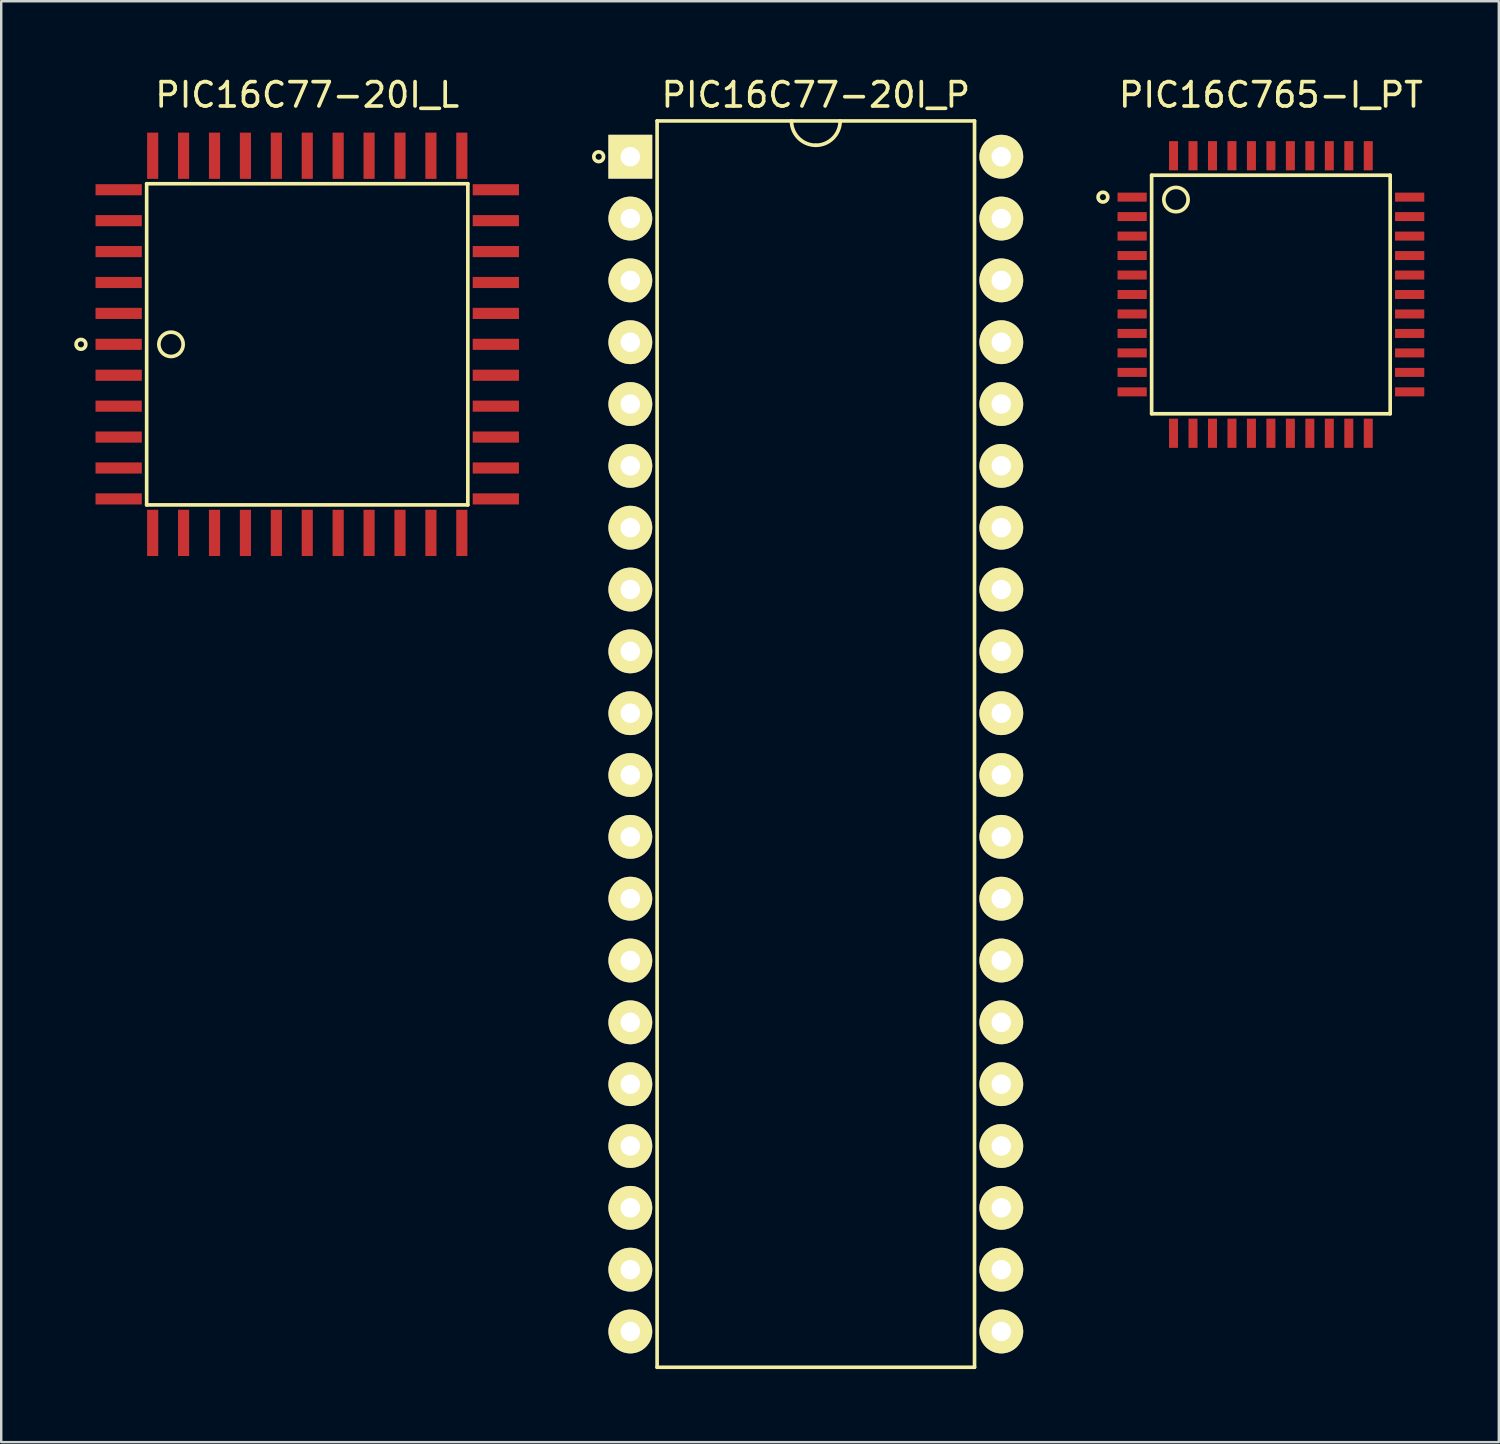
<source format=kicad_pcb>
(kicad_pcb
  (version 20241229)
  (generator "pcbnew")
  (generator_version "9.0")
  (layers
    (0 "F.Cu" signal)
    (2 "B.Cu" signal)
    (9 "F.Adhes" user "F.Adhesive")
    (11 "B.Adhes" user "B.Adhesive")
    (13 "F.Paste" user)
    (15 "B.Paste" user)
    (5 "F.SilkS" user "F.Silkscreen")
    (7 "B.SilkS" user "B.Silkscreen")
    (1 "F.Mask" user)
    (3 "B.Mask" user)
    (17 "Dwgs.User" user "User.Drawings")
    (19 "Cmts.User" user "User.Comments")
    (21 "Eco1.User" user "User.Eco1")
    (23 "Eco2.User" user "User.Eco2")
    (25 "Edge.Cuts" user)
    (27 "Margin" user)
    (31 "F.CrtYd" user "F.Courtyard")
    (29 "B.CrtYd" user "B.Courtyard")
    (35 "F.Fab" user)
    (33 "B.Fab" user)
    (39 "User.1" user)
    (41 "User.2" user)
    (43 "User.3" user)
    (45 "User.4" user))
  (footprint "PIC16C77-20I_L"
    (layer "F.Cu")
    (at 1.825 3.348)
    (property "Reference" "PIC16C77-20I_L" (at 7.747 -2.5 0) (layer "F.SilkS") (effects (font (size 1 1) (thickness 0.15))))
    (attr through_hole)
    (fp_line (start 1.15 1.15) (end 1.15 14.344) (stroke (width 0.15) (type solid)) (layer "F.SilkS"))
    (fp_line (start 1.15 1.15) (end 14.344 1.15) (stroke (width 0.15) (type solid)) (layer "F.SilkS"))
    (fp_line (start 1.15 14.344) (end 14.344 14.344) (stroke (width 0.15) (type solid)) (layer "F.SilkS"))
    (fp_line (start 14.344 14.344) (end 14.344 1.15) (stroke (width 0.15) (type solid)) (layer "F.SilkS"))
    (fp_circle (center -1.55 7.747) (end -1.55 7.547) (stroke (width 0.15) (type solid)) (fill no) (layer "F.SilkS"))
    (fp_circle (center 2.15 7.747) (end 2.15 7.247) (stroke (width 0.15) (type solid)) (fill no) (layer "F.SilkS"))
    (pad "1" smd rect (at 0 7.747) (size 1.9 0.457) (layers "F.Cu" "F.Mask" "F.Paste"))
    (pad "2" smd rect (at 0 9.017) (size 1.9 0.457) (layers "F.Cu" "F.Mask" "F.Paste"))
    (pad "3" smd rect (at 0 10.287) (size 1.9 0.457) (layers "F.Cu" "F.Mask" "F.Paste"))
    (pad "4" smd rect (at 0 11.557) (size 1.9 0.457) (layers "F.Cu" "F.Mask" "F.Paste"))
    (pad "5" smd rect (at 0 12.827) (size 1.9 0.457) (layers "F.Cu" "F.Mask" "F.Paste"))
    (pad "6" smd rect (at 0 14.097) (size 1.9 0.457) (layers "F.Cu" "F.Mask" "F.Paste"))
    (pad "7" smd rect (at 1.397 15.494) (size 0.457 1.9) (layers "F.Cu" "F.Mask" "F.Paste"))
    (pad "8" smd rect (at 2.667 15.494) (size 0.457 1.9) (layers "F.Cu" "F.Mask" "F.Paste"))
    (pad "9" smd rect (at 3.937 15.494) (size 0.457 1.9) (layers "F.Cu" "F.Mask" "F.Paste"))
    (pad "10" smd rect (at 5.207 15.494) (size 0.457 1.9) (layers "F.Cu" "F.Mask" "F.Paste"))
    (pad "11" smd rect (at 6.477 15.494) (size 0.457 1.9) (layers "F.Cu" "F.Mask" "F.Paste"))
    (pad "12" smd rect (at 7.747 15.494) (size 0.457 1.9) (layers "F.Cu" "F.Mask" "F.Paste"))
    (pad "13" smd rect (at 9.017 15.494) (size 0.457 1.9) (layers "F.Cu" "F.Mask" "F.Paste"))
    (pad "14" smd rect (at 10.287 15.494) (size 0.457 1.9) (layers "F.Cu" "F.Mask" "F.Paste"))
    (pad "15" smd rect (at 11.557 15.494) (size 0.457 1.9) (layers "F.Cu" "F.Mask" "F.Paste"))
    (pad "16" smd rect (at 12.827 15.494) (size 0.457 1.9) (layers "F.Cu" "F.Mask" "F.Paste"))
    (pad "17" smd rect (at 14.097 15.494) (size 0.457 1.9) (layers "F.Cu" "F.Mask" "F.Paste"))
    (pad "18" smd rect (at 15.494 14.097) (size 1.9 0.457) (layers "F.Cu" "F.Mask" "F.Paste"))
    (pad "19" smd rect (at 15.494 12.827) (size 1.9 0.457) (layers "F.Cu" "F.Mask" "F.Paste"))
    (pad "20" smd rect (at 15.494 11.557) (size 1.9 0.457) (layers "F.Cu" "F.Mask" "F.Paste"))
    (pad "21" smd rect (at 15.494 10.287) (size 1.9 0.457) (layers "F.Cu" "F.Mask" "F.Paste"))
    (pad "22" smd rect (at 15.494 9.017) (size 1.9 0.457) (layers "F.Cu" "F.Mask" "F.Paste"))
    (pad "23" smd rect (at 15.494 7.747) (size 1.9 0.457) (layers "F.Cu" "F.Mask" "F.Paste"))
    (pad "24" smd rect (at 15.494 6.477) (size 1.9 0.457) (layers "F.Cu" "F.Mask" "F.Paste"))
    (pad "25" smd rect (at 15.494 5.207) (size 1.9 0.457) (layers "F.Cu" "F.Mask" "F.Paste"))
    (pad "26" smd rect (at 15.494 3.937) (size 1.9 0.457) (layers "F.Cu" "F.Mask" "F.Paste"))
    (pad "27" smd rect (at 15.494 2.667) (size 1.9 0.457) (layers "F.Cu" "F.Mask" "F.Paste"))
    (pad "28" smd rect (at 15.494 1.397) (size 1.9 0.457) (layers "F.Cu" "F.Mask" "F.Paste"))
    (pad "29" smd rect (at 14.097 0) (size 0.457 1.9) (layers "F.Cu" "F.Mask" "F.Paste"))
    (pad "30" smd rect (at 12.827 0) (size 0.457 1.9) (layers "F.Cu" "F.Mask" "F.Paste"))
    (pad "31" smd rect (at 11.557 0) (size 0.457 1.9) (layers "F.Cu" "F.Mask" "F.Paste"))
    (pad "32" smd rect (at 10.287 0) (size 0.457 1.9) (layers "F.Cu" "F.Mask" "F.Paste"))
    (pad "33" smd rect (at 9.017 0) (size 0.457 1.9) (layers "F.Cu" "F.Mask" "F.Paste"))
    (pad "34" smd rect (at 7.747 0) (size 0.457 1.9) (layers "F.Cu" "F.Mask" "F.Paste"))
    (pad "35" smd rect (at 6.477 0) (size 0.457 1.9) (layers "F.Cu" "F.Mask" "F.Paste"))
    (pad "36" smd rect (at 5.207 0) (size 0.457 1.9) (layers "F.Cu" "F.Mask" "F.Paste"))
    (pad "37" smd rect (at 3.937 0) (size 0.457 1.9) (layers "F.Cu" "F.Mask" "F.Paste"))
    (pad "38" smd rect (at 2.667 0) (size 0.457 1.9) (layers "F.Cu" "F.Mask" "F.Paste"))
    (pad "39" smd rect (at 1.397 0) (size 0.457 1.9) (layers "F.Cu" "F.Mask" "F.Paste"))
    (pad "40" smd rect (at 0 1.397) (size 1.9 0.457) (layers "F.Cu" "F.Mask" "F.Paste"))
    (pad "41" smd rect (at 0 2.667) (size 1.9 0.457) (layers "F.Cu" "F.Mask" "F.Paste"))
    (pad "42" smd rect (at 0 3.937) (size 1.9 0.457) (layers "F.Cu" "F.Mask" "F.Paste"))
    (pad "43" smd rect (at 0 5.207) (size 1.9 0.457) (layers "F.Cu" "F.Mask" "F.Paste"))
    (pad "44" smd rect (at 0 6.477) (size 1.9 0.457) (layers "F.Cu" "F.Mask" "F.Paste")))
  (footprint "PIC16C765-I_PT"
    (layer "F.Cu")
    (at 43.459 3.348)
    (property "Reference" "PIC16C765-I_PT" (at 5.7 -2.5 0) (layer "F.SilkS") (effects (font (size 1 1) (thickness 0.15))))
    (attr through_hole)
    (fp_line (start 0.8 0.8) (end 0.8 10.6) (stroke (width 0.15) (type solid)) (layer "F.SilkS"))
    (fp_line (start 0.8 0.8) (end 10.6 0.8) (stroke (width 0.15) (type solid)) (layer "F.SilkS"))
    (fp_line (start 0.8 10.6) (end 10.6 10.6) (stroke (width 0.15) (type solid)) (layer "F.SilkS"))
    (fp_line (start 10.6 10.6) (end 10.6 0.8) (stroke (width 0.15) (type solid)) (layer "F.SilkS"))
    (fp_circle (center -1.2 1.7) (end -1.2 1.5) (stroke (width 0.15) (type solid)) (fill no) (layer "F.SilkS"))
    (fp_circle (center 1.8 1.8) (end 1.8 1.3) (stroke (width 0.15) (type solid)) (fill no) (layer "F.SilkS"))
    (pad "1" smd rect (at 0 1.7) (size 1.2 0.37) (layers "F.Cu" "F.Mask" "F.Paste"))
    (pad "2" smd rect (at 0 2.5) (size 1.2 0.37) (layers "F.Cu" "F.Mask" "F.Paste"))
    (pad "3" smd rect (at 0 3.3) (size 1.2 0.37) (layers "F.Cu" "F.Mask" "F.Paste"))
    (pad "4" smd rect (at 0 4.1) (size 1.2 0.37) (layers "F.Cu" "F.Mask" "F.Paste"))
    (pad "5" smd rect (at 0 4.9) (size 1.2 0.37) (layers "F.Cu" "F.Mask" "F.Paste"))
    (pad "6" smd rect (at 0 5.7) (size 1.2 0.37) (layers "F.Cu" "F.Mask" "F.Paste"))
    (pad "7" smd rect (at 0 6.5) (size 1.2 0.37) (layers "F.Cu" "F.Mask" "F.Paste"))
    (pad "8" smd rect (at 0 7.3) (size 1.2 0.37) (layers "F.Cu" "F.Mask" "F.Paste"))
    (pad "9" smd rect (at 0 8.1) (size 1.2 0.37) (layers "F.Cu" "F.Mask" "F.Paste"))
    (pad "10" smd rect (at 0 8.9) (size 1.2 0.37) (layers "F.Cu" "F.Mask" "F.Paste"))
    (pad "11" smd rect (at 0 9.7) (size 1.2 0.37) (layers "F.Cu" "F.Mask" "F.Paste"))
    (pad "12" smd rect (at 1.7 11.4) (size 0.37 1.2) (layers "F.Cu" "F.Mask" "F.Paste"))
    (pad "13" smd rect (at 2.5 11.4) (size 0.37 1.2) (layers "F.Cu" "F.Mask" "F.Paste"))
    (pad "14" smd rect (at 3.3 11.4) (size 0.37 1.2) (layers "F.Cu" "F.Mask" "F.Paste"))
    (pad "15" smd rect (at 4.1 11.4) (size 0.37 1.2) (layers "F.Cu" "F.Mask" "F.Paste"))
    (pad "16" smd rect (at 4.9 11.4) (size 0.37 1.2) (layers "F.Cu" "F.Mask" "F.Paste"))
    (pad "17" smd rect (at 5.7 11.4) (size 0.37 1.2) (layers "F.Cu" "F.Mask" "F.Paste"))
    (pad "18" smd rect (at 6.5 11.4) (size 0.37 1.2) (layers "F.Cu" "F.Mask" "F.Paste"))
    (pad "19" smd rect (at 7.3 11.4) (size 0.37 1.2) (layers "F.Cu" "F.Mask" "F.Paste"))
    (pad "20" smd rect (at 8.1 11.4) (size 0.37 1.2) (layers "F.Cu" "F.Mask" "F.Paste"))
    (pad "21" smd rect (at 8.9 11.4) (size 0.37 1.2) (layers "F.Cu" "F.Mask" "F.Paste"))
    (pad "22" smd rect (at 9.7 11.4) (size 0.37 1.2) (layers "F.Cu" "F.Mask" "F.Paste"))
    (pad "23" smd rect (at 11.4 9.7) (size 1.2 0.37) (layers "F.Cu" "F.Mask" "F.Paste"))
    (pad "24" smd rect (at 11.4 8.9) (size 1.2 0.37) (layers "F.Cu" "F.Mask" "F.Paste"))
    (pad "25" smd rect (at 11.4 8.1) (size 1.2 0.37) (layers "F.Cu" "F.Mask" "F.Paste"))
    (pad "26" smd rect (at 11.4 7.3) (size 1.2 0.37) (layers "F.Cu" "F.Mask" "F.Paste"))
    (pad "27" smd rect (at 11.4 6.5) (size 1.2 0.37) (layers "F.Cu" "F.Mask" "F.Paste"))
    (pad "28" smd rect (at 11.4 5.7) (size 1.2 0.37) (layers "F.Cu" "F.Mask" "F.Paste"))
    (pad "29" smd rect (at 11.4 4.9) (size 1.2 0.37) (layers "F.Cu" "F.Mask" "F.Paste"))
    (pad "30" smd rect (at 11.4 4.1) (size 1.2 0.37) (layers "F.Cu" "F.Mask" "F.Paste"))
    (pad "31" smd rect (at 11.4 3.3) (size 1.2 0.37) (layers "F.Cu" "F.Mask" "F.Paste"))
    (pad "32" smd rect (at 11.4 2.5) (size 1.2 0.37) (layers "F.Cu" "F.Mask" "F.Paste"))
    (pad "33" smd rect (at 11.4 1.7) (size 1.2 0.37) (layers "F.Cu" "F.Mask" "F.Paste"))
    (pad "34" smd rect (at 9.7 0) (size 0.37 1.2) (layers "F.Cu" "F.Mask" "F.Paste"))
    (pad "35" smd rect (at 8.9 0) (size 0.37 1.2) (layers "F.Cu" "F.Mask" "F.Paste"))
    (pad "36" smd rect (at 8.1 0) (size 0.37 1.2) (layers "F.Cu" "F.Mask" "F.Paste"))
    (pad "37" smd rect (at 7.3 0) (size 0.37 1.2) (layers "F.Cu" "F.Mask" "F.Paste"))
    (pad "38" smd rect (at 6.5 0) (size 0.37 1.2) (layers "F.Cu" "F.Mask" "F.Paste"))
    (pad "39" smd rect (at 5.7 0) (size 0.37 1.2) (layers "F.Cu" "F.Mask" "F.Paste"))
    (pad "40" smd rect (at 4.9 0) (size 0.37 1.2) (layers "F.Cu" "F.Mask" "F.Paste"))
    (pad "41" smd rect (at 4.1 0) (size 0.37 1.2) (layers "F.Cu" "F.Mask" "F.Paste"))
    (pad "42" smd rect (at 3.3 0) (size 0.37 1.2) (layers "F.Cu" "F.Mask" "F.Paste"))
    (pad "43" smd rect (at 2.5 0) (size 0.37 1.2) (layers "F.Cu" "F.Mask" "F.Paste"))
    (pad "44" smd rect (at 1.7 0) (size 0.37 1.2) (layers "F.Cu" "F.Mask" "F.Paste")))
  (footprint "PIC16C77-20I_P"
    (layer "F.Cu")
    (at 22.844 3.388)
    (property "Reference" "PIC16C77-20I_P" (at 7.62 -2.54 0) (layer "F.SilkS") (effects (font (size 1 1) (thickness 0.15))))
    (attr through_hole)
    (fp_line (start 1.1 -1.47) (end 14.14 -1.47) (stroke (width 0.15) (type solid)) (layer "F.SilkS"))
    (fp_line (start 1.1 49.73) (end 1.1 -1.47) (stroke (width 0.15) (type solid)) (layer "F.SilkS"))
    (fp_line (start 14.14 -1.47) (end 14.14 49.73) (stroke (width 0.15) (type solid)) (layer "F.SilkS"))
    (fp_line (start 14.14 49.73) (end 1.1 49.73) (stroke (width 0.15) (type solid)) (layer "F.SilkS"))
    (fp_arc (start 7.62 -0.47) (mid 6.912893 -0.762893) (end 6.62 -1.47) (stroke (width 0.15) (type solid)) (layer "F.SilkS"))
    (fp_arc (start 8.62 -1.47) (mid 8.327107 -0.762893) (end 7.62 -0.47) (stroke (width 0.15) (type solid)) (layer "F.SilkS"))
    (fp_circle (center -1.3 0) (end -1.3 0.2) (stroke (width 0.15) (type solid)) (fill no) (layer "F.SilkS"))
    (pad "1" thru_hole rect (at 0 0) (size 1.8 1.8) (drill 0.8) (layers "*.Cu" "*.Mask" "F.SilkS"))
    (pad "2" thru_hole circle (at 0 2.54) (size 1.8 1.8) (drill 0.8) (layers "*.Cu" "*.Mask" "F.SilkS"))
    (pad "3" thru_hole circle (at 0 5.08) (size 1.8 1.8) (drill 0.8) (layers "*.Cu" "*.Mask" "F.SilkS"))
    (pad "4" thru_hole circle (at 0 7.62) (size 1.8 1.8) (drill 0.8) (layers "*.Cu" "*.Mask" "F.SilkS"))
    (pad "5" thru_hole circle (at 0 10.16) (size 1.8 1.8) (drill 0.8) (layers "*.Cu" "*.Mask" "F.SilkS"))
    (pad "6" thru_hole circle (at 0 12.7) (size 1.8 1.8) (drill 0.8) (layers "*.Cu" "*.Mask" "F.SilkS"))
    (pad "7" thru_hole circle (at 0 15.24) (size 1.8 1.8) (drill 0.8) (layers "*.Cu" "*.Mask" "F.SilkS"))
    (pad "8" thru_hole circle (at 0 17.78) (size 1.8 1.8) (drill 0.8) (layers "*.Cu" "*.Mask" "F.SilkS"))
    (pad "9" thru_hole circle (at 0 20.32) (size 1.8 1.8) (drill 0.8) (layers "*.Cu" "*.Mask" "F.SilkS"))
    (pad "10" thru_hole circle (at 0 22.86) (size 1.8 1.8) (drill 0.8) (layers "*.Cu" "*.Mask" "F.SilkS"))
    (pad "11" thru_hole circle (at 0 25.4) (size 1.8 1.8) (drill 0.8) (layers "*.Cu" "*.Mask" "F.SilkS"))
    (pad "12" thru_hole circle (at 0 27.94) (size 1.8 1.8) (drill 0.8) (layers "*.Cu" "*.Mask" "F.SilkS"))
    (pad "13" thru_hole circle (at 0 30.48) (size 1.8 1.8) (drill 0.8) (layers "*.Cu" "*.Mask" "F.SilkS"))
    (pad "14" thru_hole circle (at 0 33.02) (size 1.8 1.8) (drill 0.8) (layers "*.Cu" "*.Mask" "F.SilkS"))
    (pad "15" thru_hole circle (at 0 35.56) (size 1.8 1.8) (drill 0.8) (layers "*.Cu" "*.Mask" "F.SilkS"))
    (pad "16" thru_hole circle (at 0 38.1) (size 1.8 1.8) (drill 0.8) (layers "*.Cu" "*.Mask" "F.SilkS"))
    (pad "17" thru_hole circle (at 0 40.64) (size 1.8 1.8) (drill 0.8) (layers "*.Cu" "*.Mask" "F.SilkS"))
    (pad "18" thru_hole circle (at 0 43.18) (size 1.8 1.8) (drill 0.8) (layers "*.Cu" "*.Mask" "F.SilkS"))
    (pad "19" thru_hole circle (at 0 45.72) (size 1.8 1.8) (drill 0.8) (layers "*.Cu" "*.Mask" "F.SilkS"))
    (pad "20" thru_hole circle (at 0 48.26) (size 1.8 1.8) (drill 0.8) (layers "*.Cu" "*.Mask" "F.SilkS"))
    (pad "21" thru_hole circle (at 15.24 48.26) (size 1.8 1.8) (drill 0.8) (layers "*.Cu" "*.Mask" "F.SilkS"))
    (pad "22" thru_hole circle (at 15.24 45.72) (size 1.8 1.8) (drill 0.8) (layers "*.Cu" "*.Mask" "F.SilkS"))
    (pad "23" thru_hole circle (at 15.24 43.18) (size 1.8 1.8) (drill 0.8) (layers "*.Cu" "*.Mask" "F.SilkS"))
    (pad "24" thru_hole circle (at 15.24 40.64) (size 1.8 1.8) (drill 0.8) (layers "*.Cu" "*.Mask" "F.SilkS"))
    (pad "25" thru_hole circle (at 15.24 38.1) (size 1.8 1.8) (drill 0.8) (layers "*.Cu" "*.Mask" "F.SilkS"))
    (pad "26" thru_hole circle (at 15.24 35.56) (size 1.8 1.8) (drill 0.8) (layers "*.Cu" "*.Mask" "F.SilkS"))
    (pad "27" thru_hole circle (at 15.24 33.02) (size 1.8 1.8) (drill 0.8) (layers "*.Cu" "*.Mask" "F.SilkS"))
    (pad "28" thru_hole circle (at 15.24 30.48) (size 1.8 1.8) (drill 0.8) (layers "*.Cu" "*.Mask" "F.SilkS"))
    (pad "29" thru_hole circle (at 15.24 27.94) (size 1.8 1.8) (drill 0.8) (layers "*.Cu" "*.Mask" "F.SilkS"))
    (pad "30" thru_hole circle (at 15.24 25.4) (size 1.8 1.8) (drill 0.8) (layers "*.Cu" "*.Mask" "F.SilkS"))
    (pad "31" thru_hole circle (at 15.24 22.86) (size 1.8 1.8) (drill 0.8) (layers "*.Cu" "*.Mask" "F.SilkS"))
    (pad "32" thru_hole circle (at 15.24 20.32) (size 1.8 1.8) (drill 0.8) (layers "*.Cu" "*.Mask" "F.SilkS"))
    (pad "33" thru_hole circle (at 15.24 17.78) (size 1.8 1.8) (drill 0.8) (layers "*.Cu" "*.Mask" "F.SilkS"))
    (pad "34" thru_hole circle (at 15.24 15.24) (size 1.8 1.8) (drill 0.8) (layers "*.Cu" "*.Mask" "F.SilkS"))
    (pad "35" thru_hole circle (at 15.24 12.7) (size 1.8 1.8) (drill 0.8) (layers "*.Cu" "*.Mask" "F.SilkS"))
    (pad "36" thru_hole circle (at 15.24 10.16) (size 1.8 1.8) (drill 0.8) (layers "*.Cu" "*.Mask" "F.SilkS"))
    (pad "37" thru_hole circle (at 15.24 7.62) (size 1.8 1.8) (drill 0.8) (layers "*.Cu" "*.Mask" "F.SilkS"))
    (pad "38" thru_hole circle (at 15.24 5.08) (size 1.8 1.8) (drill 0.8) (layers "*.Cu" "*.Mask" "F.SilkS"))
    (pad "39" thru_hole circle (at 15.24 2.54) (size 1.8 1.8) (drill 0.8) (layers "*.Cu" "*.Mask" "F.SilkS"))
    (pad "40" thru_hole circle (at 15.24 0) (size 1.8 1.8) (drill 0.8) (layers "*.Cu" "*.Mask" "F.SilkS")))
  (gr_rect
    (start -3 -3)
    (end 58.522 56.193)
    (stroke (width 0.1) (type default))
    (fill no)
    (layer "Edge.Cuts")))
</source>
